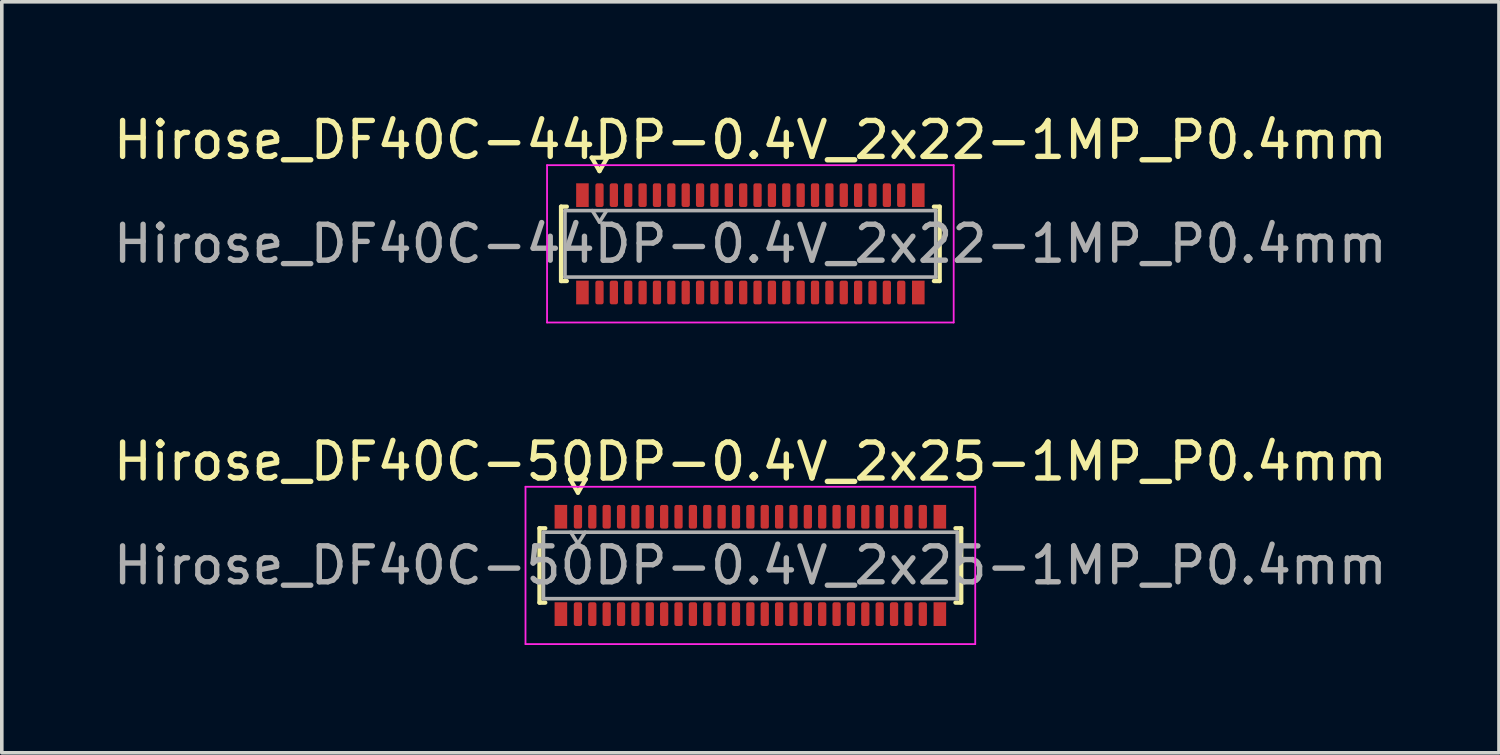
<source format=kicad_pcb>
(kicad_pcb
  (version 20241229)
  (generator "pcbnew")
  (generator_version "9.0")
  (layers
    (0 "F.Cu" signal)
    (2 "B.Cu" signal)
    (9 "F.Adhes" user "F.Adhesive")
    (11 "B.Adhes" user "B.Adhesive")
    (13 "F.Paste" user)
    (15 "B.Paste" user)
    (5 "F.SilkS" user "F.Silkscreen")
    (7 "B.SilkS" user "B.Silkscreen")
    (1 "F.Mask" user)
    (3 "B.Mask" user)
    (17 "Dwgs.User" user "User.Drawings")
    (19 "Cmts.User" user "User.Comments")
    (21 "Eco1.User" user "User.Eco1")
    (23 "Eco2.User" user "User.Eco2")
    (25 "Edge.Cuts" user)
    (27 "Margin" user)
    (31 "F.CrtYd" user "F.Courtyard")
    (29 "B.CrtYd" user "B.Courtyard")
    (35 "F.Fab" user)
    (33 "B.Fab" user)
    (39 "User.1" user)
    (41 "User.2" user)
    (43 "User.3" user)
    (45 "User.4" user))
  (footprint "Hirose_DF40C-44DP-0.4V_2x22-1MP_P0.4mm"
    (layer "F.Cu")
    (at 17.839 3.738)
    (property "Reference" "Hirose_DF40C-44DP-0.4V_2x22-1MP_P0.4mm" (at 0 -2.89 0) (layer "F.SilkS") (effects (font (size 1 1) (thickness 0.15))))
    (attr smd)
    (fp_line (start -5.27 -1.035) (end -5.11 -1.035) (stroke (width 0.12) (type solid)) (layer "F.SilkS"))
    (fp_line (start -5.27 1.035) (end -5.27 -1.035) (stroke (width 0.12) (type solid)) (layer "F.SilkS"))
    (fp_line (start -5.11 1.035) (end -5.27 1.035) (stroke (width 0.12) (type solid)) (layer "F.SilkS"))
    (fp_line (start -4.417 -2.4) (end -4.2 -2.025) (stroke (width 0.12) (type solid)) (layer "F.SilkS"))
    (fp_line (start -4.2 -2.025) (end -3.983 -2.4) (stroke (width 0.12) (type solid)) (layer "F.SilkS"))
    (fp_line (start -3.983 -2.4) (end -4.417 -2.4) (stroke (width 0.12) (type solid)) (layer "F.SilkS"))
    (fp_line (start 5.11 -1.035) (end 5.27 -1.035) (stroke (width 0.12) (type solid)) (layer "F.SilkS"))
    (fp_line (start 5.27 -1.035) (end 5.27 1.035) (stroke (width 0.12) (type solid)) (layer "F.SilkS"))
    (fp_line (start 5.27 1.035) (end 5.11 1.035) (stroke (width 0.12) (type solid)) (layer "F.SilkS"))
    (fp_line (start -5.66 -2.19) (end -5.66 2.19) (stroke (width 0.05) (type solid)) (layer "F.CrtYd"))
    (fp_line (start -5.66 2.19) (end 5.66 2.19) (stroke (width 0.05) (type solid)) (layer "F.CrtYd"))
    (fp_line (start 5.66 -2.19) (end -5.66 -2.19) (stroke (width 0.05) (type solid)) (layer "F.CrtYd"))
    (fp_line (start 5.66 2.19) (end 5.66 -2.19) (stroke (width 0.05) (type solid)) (layer "F.CrtYd"))
    (fp_line (start -5.16 -0.925) (end 5.16 -0.925) (stroke (width 0.1) (type solid)) (layer "F.Fab"))
    (fp_line (start -5.16 0.925) (end -5.16 -0.925) (stroke (width 0.1) (type solid)) (layer "F.Fab"))
    (fp_line (start -4.4 -0.925) (end -4.2 -0.605) (stroke (width 0.1) (type solid)) (layer "F.Fab"))
    (fp_line (start -4.2 -0.605) (end -4 -0.925) (stroke (width 0.1) (type solid)) (layer "F.Fab"))
    (fp_line (start 5.16 -0.925) (end 5.16 0.925) (stroke (width 0.1) (type solid)) (layer "F.Fab"))
    (fp_line (start 5.16 0.925) (end -5.16 0.925) (stroke (width 0.1) (type solid)) (layer "F.Fab"))
    (fp_text user "${REFERENCE}" (at 0 0 0) (layer "F.Fab") (effects (font (size 1 1) (thickness 0.15))))
    (pad "1" smd roundrect (at -4.2 -1.355) (size 0.23 0.66) (layers "F.Cu" "F.Mask" "F.Paste") (roundrect_rratio 0.25))
    (pad "2" smd roundrect (at -4.2 1.355) (size 0.23 0.66) (layers "F.Cu" "F.Mask" "F.Paste") (roundrect_rratio 0.25))
    (pad "3" smd roundrect (at -3.8 -1.355) (size 0.23 0.66) (layers "F.Cu" "F.Mask" "F.Paste") (roundrect_rratio 0.25))
    (pad "4" smd roundrect (at -3.8 1.355) (size 0.23 0.66) (layers "F.Cu" "F.Mask" "F.Paste") (roundrect_rratio 0.25))
    (pad "5" smd roundrect (at -3.4 -1.355) (size 0.23 0.66) (layers "F.Cu" "F.Mask" "F.Paste") (roundrect_rratio 0.25))
    (pad "6" smd roundrect (at -3.4 1.355) (size 0.23 0.66) (layers "F.Cu" "F.Mask" "F.Paste") (roundrect_rratio 0.25))
    (pad "7" smd roundrect (at -3 -1.355) (size 0.23 0.66) (layers "F.Cu" "F.Mask" "F.Paste") (roundrect_rratio 0.25))
    (pad "8" smd roundrect (at -3 1.355) (size 0.23 0.66) (layers "F.Cu" "F.Mask" "F.Paste") (roundrect_rratio 0.25))
    (pad "9" smd roundrect (at -2.6 -1.355) (size 0.23 0.66) (layers "F.Cu" "F.Mask" "F.Paste") (roundrect_rratio 0.25))
    (pad "10" smd roundrect (at -2.6 1.355) (size 0.23 0.66) (layers "F.Cu" "F.Mask" "F.Paste") (roundrect_rratio 0.25))
    (pad "11" smd roundrect (at -2.2 -1.355) (size 0.23 0.66) (layers "F.Cu" "F.Mask" "F.Paste") (roundrect_rratio 0.25))
    (pad "12" smd roundrect (at -2.2 1.355) (size 0.23 0.66) (layers "F.Cu" "F.Mask" "F.Paste") (roundrect_rratio 0.25))
    (pad "13" smd roundrect (at -1.8 -1.355) (size 0.23 0.66) (layers "F.Cu" "F.Mask" "F.Paste") (roundrect_rratio 0.25))
    (pad "14" smd roundrect (at -1.8 1.355) (size 0.23 0.66) (layers "F.Cu" "F.Mask" "F.Paste") (roundrect_rratio 0.25))
    (pad "15" smd roundrect (at -1.4 -1.355) (size 0.23 0.66) (layers "F.Cu" "F.Mask" "F.Paste") (roundrect_rratio 0.25))
    (pad "16" smd roundrect (at -1.4 1.355) (size 0.23 0.66) (layers "F.Cu" "F.Mask" "F.Paste") (roundrect_rratio 0.25))
    (pad "17" smd roundrect (at -1 -1.355) (size 0.23 0.66) (layers "F.Cu" "F.Mask" "F.Paste") (roundrect_rratio 0.25))
    (pad "18" smd roundrect (at -1 1.355) (size 0.23 0.66) (layers "F.Cu" "F.Mask" "F.Paste") (roundrect_rratio 0.25))
    (pad "19" smd roundrect (at -0.6 -1.355) (size 0.23 0.66) (layers "F.Cu" "F.Mask" "F.Paste") (roundrect_rratio 0.25))
    (pad "20" smd roundrect (at -0.6 1.355) (size 0.23 0.66) (layers "F.Cu" "F.Mask" "F.Paste") (roundrect_rratio 0.25))
    (pad "21" smd roundrect (at -0.2 -1.355) (size 0.23 0.66) (layers "F.Cu" "F.Mask" "F.Paste") (roundrect_rratio 0.25))
    (pad "22" smd roundrect (at -0.2 1.355) (size 0.23 0.66) (layers "F.Cu" "F.Mask" "F.Paste") (roundrect_rratio 0.25))
    (pad "23" smd roundrect (at 0.2 -1.355) (size 0.23 0.66) (layers "F.Cu" "F.Mask" "F.Paste") (roundrect_rratio 0.25))
    (pad "24" smd roundrect (at 0.2 1.355) (size 0.23 0.66) (layers "F.Cu" "F.Mask" "F.Paste") (roundrect_rratio 0.25))
    (pad "25" smd roundrect (at 0.6 -1.355) (size 0.23 0.66) (layers "F.Cu" "F.Mask" "F.Paste") (roundrect_rratio 0.25))
    (pad "26" smd roundrect (at 0.6 1.355) (size 0.23 0.66) (layers "F.Cu" "F.Mask" "F.Paste") (roundrect_rratio 0.25))
    (pad "27" smd roundrect (at 1 -1.355) (size 0.23 0.66) (layers "F.Cu" "F.Mask" "F.Paste") (roundrect_rratio 0.25))
    (pad "28" smd roundrect (at 1 1.355) (size 0.23 0.66) (layers "F.Cu" "F.Mask" "F.Paste") (roundrect_rratio 0.25))
    (pad "29" smd roundrect (at 1.4 -1.355) (size 0.23 0.66) (layers "F.Cu" "F.Mask" "F.Paste") (roundrect_rratio 0.25))
    (pad "30" smd roundrect (at 1.4 1.355) (size 0.23 0.66) (layers "F.Cu" "F.Mask" "F.Paste") (roundrect_rratio 0.25))
    (pad "31" smd roundrect (at 1.8 -1.355) (size 0.23 0.66) (layers "F.Cu" "F.Mask" "F.Paste") (roundrect_rratio 0.25))
    (pad "32" smd roundrect (at 1.8 1.355) (size 0.23 0.66) (layers "F.Cu" "F.Mask" "F.Paste") (roundrect_rratio 0.25))
    (pad "33" smd roundrect (at 2.2 -1.355) (size 0.23 0.66) (layers "F.Cu" "F.Mask" "F.Paste") (roundrect_rratio 0.25))
    (pad "34" smd roundrect (at 2.2 1.355) (size 0.23 0.66) (layers "F.Cu" "F.Mask" "F.Paste") (roundrect_rratio 0.25))
    (pad "35" smd roundrect (at 2.6 -1.355) (size 0.23 0.66) (layers "F.Cu" "F.Mask" "F.Paste") (roundrect_rratio 0.25))
    (pad "36" smd roundrect (at 2.6 1.355) (size 0.23 0.66) (layers "F.Cu" "F.Mask" "F.Paste") (roundrect_rratio 0.25))
    (pad "37" smd roundrect (at 3 -1.355) (size 0.23 0.66) (layers "F.Cu" "F.Mask" "F.Paste") (roundrect_rratio 0.25))
    (pad "38" smd roundrect (at 3 1.355) (size 0.23 0.66) (layers "F.Cu" "F.Mask" "F.Paste") (roundrect_rratio 0.25))
    (pad "39" smd roundrect (at 3.4 -1.355) (size 0.23 0.66) (layers "F.Cu" "F.Mask" "F.Paste") (roundrect_rratio 0.25))
    (pad "40" smd roundrect (at 3.4 1.355) (size 0.23 0.66) (layers "F.Cu" "F.Mask" "F.Paste") (roundrect_rratio 0.25))
    (pad "41" smd roundrect (at 3.8 -1.355) (size 0.23 0.66) (layers "F.Cu" "F.Mask" "F.Paste") (roundrect_rratio 0.25))
    (pad "42" smd roundrect (at 3.8 1.355) (size 0.23 0.66) (layers "F.Cu" "F.Mask" "F.Paste") (roundrect_rratio 0.25))
    (pad "43" smd roundrect (at 4.2 -1.355) (size 0.23 0.66) (layers "F.Cu" "F.Mask" "F.Paste") (roundrect_rratio 0.25))
    (pad "44" smd roundrect (at 4.2 1.355) (size 0.23 0.66) (layers "F.Cu" "F.Mask" "F.Paste") (roundrect_rratio 0.25))
    (pad "MP" smd rect (at -4.675 -1.355) (size 0.35 0.66) (layers "F.Cu" "F.Mask" "F.Paste"))
    (pad "MP" smd rect (at -4.675 1.355) (size 0.35 0.66) (layers "F.Cu" "F.Mask" "F.Paste"))
    (pad "MP" smd rect (at 4.675 -1.355) (size 0.35 0.66) (layers "F.Cu" "F.Mask" "F.Paste"))
    (pad "MP" smd rect (at 4.675 1.355) (size 0.35 0.66) (layers "F.Cu" "F.Mask" "F.Paste")))
  (footprint "Hirose_DF40C-50DP-0.4V_2x25-1MP_P0.4mm"
    (layer "F.Cu")
    (at 17.839 12.691)
    (property "Reference" "Hirose_DF40C-50DP-0.4V_2x25-1MP_P0.4mm" (at 0 -2.89 0) (layer "F.SilkS") (effects (font (size 1 1) (thickness 0.15))))
    (attr smd)
    (fp_line (start -5.87 -1.035) (end -5.71 -1.035) (stroke (width 0.12) (type solid)) (layer "F.SilkS"))
    (fp_line (start -5.87 1.035) (end -5.87 -1.035) (stroke (width 0.12) (type solid)) (layer "F.SilkS"))
    (fp_line (start -5.71 1.035) (end -5.87 1.035) (stroke (width 0.12) (type solid)) (layer "F.SilkS"))
    (fp_line (start -5.017 -2.4) (end -4.8 -2.025) (stroke (width 0.12) (type solid)) (layer "F.SilkS"))
    (fp_line (start -4.8 -2.025) (end -4.583 -2.4) (stroke (width 0.12) (type solid)) (layer "F.SilkS"))
    (fp_line (start -4.583 -2.4) (end -5.017 -2.4) (stroke (width 0.12) (type solid)) (layer "F.SilkS"))
    (fp_line (start 5.71 -1.035) (end 5.87 -1.035) (stroke (width 0.12) (type solid)) (layer "F.SilkS"))
    (fp_line (start 5.87 -1.035) (end 5.87 1.035) (stroke (width 0.12) (type solid)) (layer "F.SilkS"))
    (fp_line (start 5.87 1.035) (end 5.71 1.035) (stroke (width 0.12) (type solid)) (layer "F.SilkS"))
    (fp_line (start -6.26 -2.19) (end -6.26 2.19) (stroke (width 0.05) (type solid)) (layer "F.CrtYd"))
    (fp_line (start -6.26 2.19) (end 6.26 2.19) (stroke (width 0.05) (type solid)) (layer "F.CrtYd"))
    (fp_line (start 6.26 -2.19) (end -6.26 -2.19) (stroke (width 0.05) (type solid)) (layer "F.CrtYd"))
    (fp_line (start 6.26 2.19) (end 6.26 -2.19) (stroke (width 0.05) (type solid)) (layer "F.CrtYd"))
    (fp_line (start -5.76 -0.925) (end 5.76 -0.925) (stroke (width 0.1) (type solid)) (layer "F.Fab"))
    (fp_line (start -5.76 0.925) (end -5.76 -0.925) (stroke (width 0.1) (type solid)) (layer "F.Fab"))
    (fp_line (start -5 -0.925) (end -4.8 -0.605) (stroke (width 0.1) (type solid)) (layer "F.Fab"))
    (fp_line (start -4.8 -0.605) (end -4.6 -0.925) (stroke (width 0.1) (type solid)) (layer "F.Fab"))
    (fp_line (start 5.76 -0.925) (end 5.76 0.925) (stroke (width 0.1) (type solid)) (layer "F.Fab"))
    (fp_line (start 5.76 0.925) (end -5.76 0.925) (stroke (width 0.1) (type solid)) (layer "F.Fab"))
    (fp_text user "${REFERENCE}" (at 0 0 0) (layer "F.Fab") (effects (font (size 1 1) (thickness 0.15))))
    (pad "1" smd roundrect (at -4.8 -1.355) (size 0.23 0.66) (layers "F.Cu" "F.Mask" "F.Paste") (roundrect_rratio 0.25))
    (pad "2" smd roundrect (at -4.8 1.355) (size 0.23 0.66) (layers "F.Cu" "F.Mask" "F.Paste") (roundrect_rratio 0.25))
    (pad "3" smd roundrect (at -4.4 -1.355) (size 0.23 0.66) (layers "F.Cu" "F.Mask" "F.Paste") (roundrect_rratio 0.25))
    (pad "4" smd roundrect (at -4.4 1.355) (size 0.23 0.66) (layers "F.Cu" "F.Mask" "F.Paste") (roundrect_rratio 0.25))
    (pad "5" smd roundrect (at -4 -1.355) (size 0.23 0.66) (layers "F.Cu" "F.Mask" "F.Paste") (roundrect_rratio 0.25))
    (pad "6" smd roundrect (at -4 1.355) (size 0.23 0.66) (layers "F.Cu" "F.Mask" "F.Paste") (roundrect_rratio 0.25))
    (pad "7" smd roundrect (at -3.6 -1.355) (size 0.23 0.66) (layers "F.Cu" "F.Mask" "F.Paste") (roundrect_rratio 0.25))
    (pad "8" smd roundrect (at -3.6 1.355) (size 0.23 0.66) (layers "F.Cu" "F.Mask" "F.Paste") (roundrect_rratio 0.25))
    (pad "9" smd roundrect (at -3.2 -1.355) (size 0.23 0.66) (layers "F.Cu" "F.Mask" "F.Paste") (roundrect_rratio 0.25))
    (pad "10" smd roundrect (at -3.2 1.355) (size 0.23 0.66) (layers "F.Cu" "F.Mask" "F.Paste") (roundrect_rratio 0.25))
    (pad "11" smd roundrect (at -2.8 -1.355) (size 0.23 0.66) (layers "F.Cu" "F.Mask" "F.Paste") (roundrect_rratio 0.25))
    (pad "12" smd roundrect (at -2.8 1.355) (size 0.23 0.66) (layers "F.Cu" "F.Mask" "F.Paste") (roundrect_rratio 0.25))
    (pad "13" smd roundrect (at -2.4 -1.355) (size 0.23 0.66) (layers "F.Cu" "F.Mask" "F.Paste") (roundrect_rratio 0.25))
    (pad "14" smd roundrect (at -2.4 1.355) (size 0.23 0.66) (layers "F.Cu" "F.Mask" "F.Paste") (roundrect_rratio 0.25))
    (pad "15" smd roundrect (at -2 -1.355) (size 0.23 0.66) (layers "F.Cu" "F.Mask" "F.Paste") (roundrect_rratio 0.25))
    (pad "16" smd roundrect (at -2 1.355) (size 0.23 0.66) (layers "F.Cu" "F.Mask" "F.Paste") (roundrect_rratio 0.25))
    (pad "17" smd roundrect (at -1.6 -1.355) (size 0.23 0.66) (layers "F.Cu" "F.Mask" "F.Paste") (roundrect_rratio 0.25))
    (pad "18" smd roundrect (at -1.6 1.355) (size 0.23 0.66) (layers "F.Cu" "F.Mask" "F.Paste") (roundrect_rratio 0.25))
    (pad "19" smd roundrect (at -1.2 -1.355) (size 0.23 0.66) (layers "F.Cu" "F.Mask" "F.Paste") (roundrect_rratio 0.25))
    (pad "20" smd roundrect (at -1.2 1.355) (size 0.23 0.66) (layers "F.Cu" "F.Mask" "F.Paste") (roundrect_rratio 0.25))
    (pad "21" smd roundrect (at -0.8 -1.355) (size 0.23 0.66) (layers "F.Cu" "F.Mask" "F.Paste") (roundrect_rratio 0.25))
    (pad "22" smd roundrect (at -0.8 1.355) (size 0.23 0.66) (layers "F.Cu" "F.Mask" "F.Paste") (roundrect_rratio 0.25))
    (pad "23" smd roundrect (at -0.4 -1.355) (size 0.23 0.66) (layers "F.Cu" "F.Mask" "F.Paste") (roundrect_rratio 0.25))
    (pad "24" smd roundrect (at -0.4 1.355) (size 0.23 0.66) (layers "F.Cu" "F.Mask" "F.Paste") (roundrect_rratio 0.25))
    (pad "25" smd roundrect (at 0 -1.355) (size 0.23 0.66) (layers "F.Cu" "F.Mask" "F.Paste") (roundrect_rratio 0.25))
    (pad "26" smd roundrect (at 0 1.355) (size 0.23 0.66) (layers "F.Cu" "F.Mask" "F.Paste") (roundrect_rratio 0.25))
    (pad "27" smd roundrect (at 0.4 -1.355) (size 0.23 0.66) (layers "F.Cu" "F.Mask" "F.Paste") (roundrect_rratio 0.25))
    (pad "28" smd roundrect (at 0.4 1.355) (size 0.23 0.66) (layers "F.Cu" "F.Mask" "F.Paste") (roundrect_rratio 0.25))
    (pad "29" smd roundrect (at 0.8 -1.355) (size 0.23 0.66) (layers "F.Cu" "F.Mask" "F.Paste") (roundrect_rratio 0.25))
    (pad "30" smd roundrect (at 0.8 1.355) (size 0.23 0.66) (layers "F.Cu" "F.Mask" "F.Paste") (roundrect_rratio 0.25))
    (pad "31" smd roundrect (at 1.2 -1.355) (size 0.23 0.66) (layers "F.Cu" "F.Mask" "F.Paste") (roundrect_rratio 0.25))
    (pad "32" smd roundrect (at 1.2 1.355) (size 0.23 0.66) (layers "F.Cu" "F.Mask" "F.Paste") (roundrect_rratio 0.25))
    (pad "33" smd roundrect (at 1.6 -1.355) (size 0.23 0.66) (layers "F.Cu" "F.Mask" "F.Paste") (roundrect_rratio 0.25))
    (pad "34" smd roundrect (at 1.6 1.355) (size 0.23 0.66) (layers "F.Cu" "F.Mask" "F.Paste") (roundrect_rratio 0.25))
    (pad "35" smd roundrect (at 2 -1.355) (size 0.23 0.66) (layers "F.Cu" "F.Mask" "F.Paste") (roundrect_rratio 0.25))
    (pad "36" smd roundrect (at 2 1.355) (size 0.23 0.66) (layers "F.Cu" "F.Mask" "F.Paste") (roundrect_rratio 0.25))
    (pad "37" smd roundrect (at 2.4 -1.355) (size 0.23 0.66) (layers "F.Cu" "F.Mask" "F.Paste") (roundrect_rratio 0.25))
    (pad "38" smd roundrect (at 2.4 1.355) (size 0.23 0.66) (layers "F.Cu" "F.Mask" "F.Paste") (roundrect_rratio 0.25))
    (pad "39" smd roundrect (at 2.8 -1.355) (size 0.23 0.66) (layers "F.Cu" "F.Mask" "F.Paste") (roundrect_rratio 0.25))
    (pad "40" smd roundrect (at 2.8 1.355) (size 0.23 0.66) (layers "F.Cu" "F.Mask" "F.Paste") (roundrect_rratio 0.25))
    (pad "41" smd roundrect (at 3.2 -1.355) (size 0.23 0.66) (layers "F.Cu" "F.Mask" "F.Paste") (roundrect_rratio 0.25))
    (pad "42" smd roundrect (at 3.2 1.355) (size 0.23 0.66) (layers "F.Cu" "F.Mask" "F.Paste") (roundrect_rratio 0.25))
    (pad "43" smd roundrect (at 3.6 -1.355) (size 0.23 0.66) (layers "F.Cu" "F.Mask" "F.Paste") (roundrect_rratio 0.25))
    (pad "44" smd roundrect (at 3.6 1.355) (size 0.23 0.66) (layers "F.Cu" "F.Mask" "F.Paste") (roundrect_rratio 0.25))
    (pad "45" smd roundrect (at 4 -1.355) (size 0.23 0.66) (layers "F.Cu" "F.Mask" "F.Paste") (roundrect_rratio 0.25))
    (pad "46" smd roundrect (at 4 1.355) (size 0.23 0.66) (layers "F.Cu" "F.Mask" "F.Paste") (roundrect_rratio 0.25))
    (pad "47" smd roundrect (at 4.4 -1.355) (size 0.23 0.66) (layers "F.Cu" "F.Mask" "F.Paste") (roundrect_rratio 0.25))
    (pad "48" smd roundrect (at 4.4 1.355) (size 0.23 0.66) (layers "F.Cu" "F.Mask" "F.Paste") (roundrect_rratio 0.25))
    (pad "49" smd roundrect (at 4.8 -1.355) (size 0.23 0.66) (layers "F.Cu" "F.Mask" "F.Paste") (roundrect_rratio 0.25))
    (pad "50" smd roundrect (at 4.8 1.355) (size 0.23 0.66) (layers "F.Cu" "F.Mask" "F.Paste") (roundrect_rratio 0.25))
    (pad "MP" smd rect (at -5.275 -1.355) (size 0.35 0.66) (layers "F.Cu" "F.Mask" "F.Paste"))
    (pad "MP" smd rect (at -5.275 1.355) (size 0.35 0.66) (layers "F.Cu" "F.Mask" "F.Paste"))
    (pad "MP" smd rect (at 5.275 -1.355) (size 0.35 0.66) (layers "F.Cu" "F.Mask" "F.Paste"))
    (pad "MP" smd rect (at 5.275 1.355) (size 0.35 0.66) (layers "F.Cu" "F.Mask" "F.Paste")))
  (gr_rect
    (start -3 -3)
    (end 38.679 17.907)
    (stroke (width 0.1) (type default))
    (fill no)
    (layer "Edge.Cuts")))
</source>
